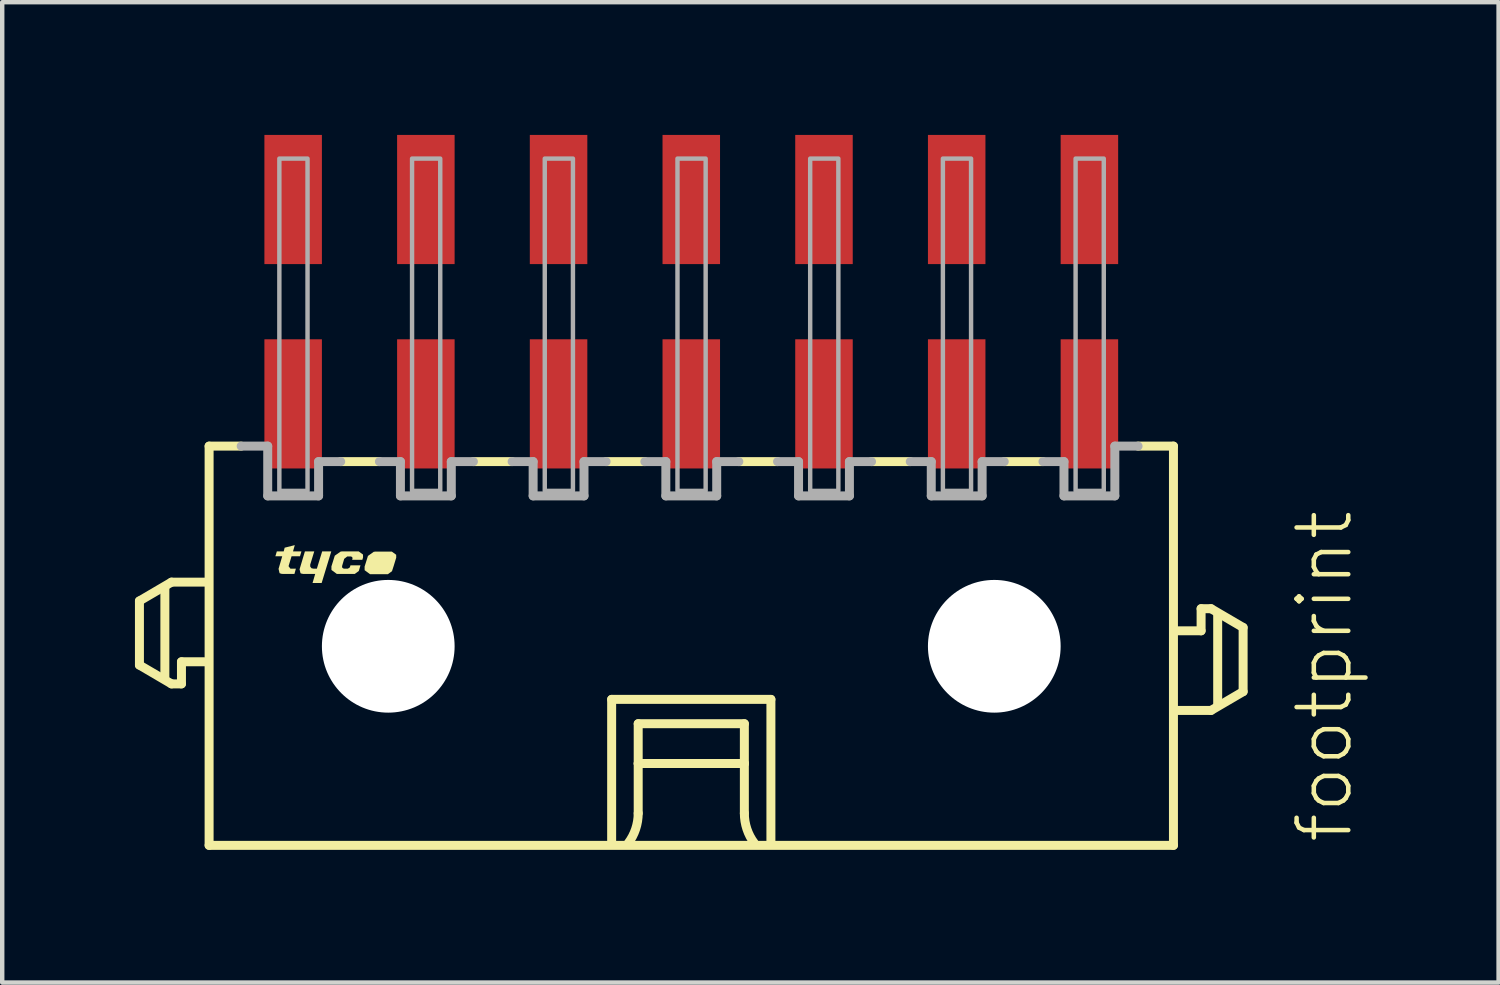
<source format=kicad_pcb>
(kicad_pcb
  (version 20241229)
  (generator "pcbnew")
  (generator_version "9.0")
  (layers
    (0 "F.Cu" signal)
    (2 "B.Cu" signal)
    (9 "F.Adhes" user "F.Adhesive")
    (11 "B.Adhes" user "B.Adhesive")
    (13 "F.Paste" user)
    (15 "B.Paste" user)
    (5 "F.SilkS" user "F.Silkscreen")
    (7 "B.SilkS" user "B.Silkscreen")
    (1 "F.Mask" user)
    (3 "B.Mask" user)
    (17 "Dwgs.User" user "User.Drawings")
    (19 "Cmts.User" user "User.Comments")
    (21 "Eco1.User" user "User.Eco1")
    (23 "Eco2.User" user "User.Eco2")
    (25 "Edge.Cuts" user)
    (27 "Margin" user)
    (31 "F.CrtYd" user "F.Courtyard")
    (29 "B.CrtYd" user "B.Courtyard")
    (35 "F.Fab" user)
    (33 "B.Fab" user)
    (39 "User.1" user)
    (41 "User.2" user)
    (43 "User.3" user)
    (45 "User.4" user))
  (footprint "footprint"
    (layer "F.Cu")
    (at 12.577 11.56)
    (property "Reference" "footprint" (at 15 4.5 90) (layer "F.SilkS") (effects (font (size 1.168 1.168) (thickness 0.102)) (justify left bottom)))
    (fp_line (start -12.475 -1.025) (end -12.475 0.425) (stroke (width 0.203) (type solid)) (layer "F.SilkS"))
    (fp_line (start -12.475 0.425) (end -11.75 0.85) (stroke (width 0.203) (type solid)) (layer "F.SilkS"))
    (fp_line (start -11.9 0.7) (end -11.9 -1.3) (stroke (width 0.203) (type solid)) (layer "F.SilkS"))
    (fp_line (start -11.75 -1.45) (end -12.475 -1.025) (stroke (width 0.203) (type solid)) (layer "F.SilkS"))
    (fp_line (start -11.75 0.85) (end -11.525 0.85) (stroke (width 0.203) (type solid)) (layer "F.SilkS"))
    (fp_line (start -11.525 0.35) (end -11 0.35) (stroke (width 0.203) (type solid)) (layer "F.SilkS"))
    (fp_line (start -11.525 0.85) (end -11.525 0.35) (stroke (width 0.203) (type solid)) (layer "F.SilkS"))
    (fp_line (start -11 -1.45) (end -11.75 -1.45) (stroke (width 0.203) (type solid)) (layer "F.SilkS"))
    (fp_line (start -10.9 -4.525) (end -10.9 4.5) (stroke (width 0.203) (type solid)) (layer "F.SilkS"))
    (fp_line (start -10.9 -4.525) (end -10.175 -4.525) (stroke (width 0.203) (type solid)) (layer "F.SilkS"))
    (fp_line (start -10.9 4.5) (end 10.9 4.5) (stroke (width 0.203) (type solid)) (layer "F.SilkS"))
    (fp_line (start -7.05 -4.175) (end -7.925 -4.175) (stroke (width 0.203) (type solid)) (layer "F.SilkS"))
    (fp_line (start -4.05 -4.175) (end -4.925 -4.175) (stroke (width 0.203) (type solid)) (layer "F.SilkS"))
    (fp_line (start -1.8 1.2) (end 1.8 1.2) (stroke (width 0.203) (type solid)) (layer "F.SilkS"))
    (fp_line (start -1.8 4.4) (end -1.8 1.2) (stroke (width 0.203) (type solid)) (layer "F.SilkS"))
    (fp_line (start -1.2 1.75) (end -1.2 2.65) (stroke (width 0.203) (type solid)) (layer "F.SilkS"))
    (fp_line (start -1.2 2.65) (end -1.2 3.775) (stroke (width 0.203) (type solid)) (layer "F.SilkS"))
    (fp_line (start -1.2 2.65) (end 1.2 2.65) (stroke (width 0.203) (type solid)) (layer "F.SilkS"))
    (fp_line (start -1.05 -4.175) (end -1.925 -4.175) (stroke (width 0.203) (type solid)) (layer "F.SilkS"))
    (fp_line (start 1.2 1.75) (end -1.2 1.75) (stroke (width 0.203) (type solid)) (layer "F.SilkS"))
    (fp_line (start 1.2 2.65) (end 1.2 1.75) (stroke (width 0.203) (type solid)) (layer "F.SilkS"))
    (fp_line (start 1.2 2.65) (end 1.2 3.775) (stroke (width 0.203) (type solid)) (layer "F.SilkS"))
    (fp_line (start 1.8 1.2) (end 1.8 4.4) (stroke (width 0.203) (type solid)) (layer "F.SilkS"))
    (fp_line (start 1.95 -4.175) (end 1.075 -4.175) (stroke (width 0.203) (type solid)) (layer "F.SilkS"))
    (fp_line (start 4.95 -4.175) (end 4.075 -4.175) (stroke (width 0.203) (type solid)) (layer "F.SilkS"))
    (fp_line (start 7.95 -4.175) (end 7.075 -4.175) (stroke (width 0.203) (type solid)) (layer "F.SilkS"))
    (fp_line (start 10.9 -4.525) (end 10.1 -4.525) (stroke (width 0.203) (type solid)) (layer "F.SilkS"))
    (fp_line (start 10.9 4.5) (end 10.9 -4.525) (stroke (width 0.203) (type solid)) (layer "F.SilkS"))
    (fp_line (start 11 1.45) (end 11.75 1.45) (stroke (width 0.203) (type solid)) (layer "F.SilkS"))
    (fp_line (start 11.525 -0.85) (end 11.525 -0.35) (stroke (width 0.203) (type solid)) (layer "F.SilkS"))
    (fp_line (start 11.525 -0.35) (end 11 -0.35) (stroke (width 0.203) (type solid)) (layer "F.SilkS"))
    (fp_line (start 11.75 -0.85) (end 11.525 -0.85) (stroke (width 0.203) (type solid)) (layer "F.SilkS"))
    (fp_line (start 11.75 1.45) (end 12.475 1.025) (stroke (width 0.203) (type solid)) (layer "F.SilkS"))
    (fp_line (start 11.9 1.3) (end 11.9 -0.7) (stroke (width 0.203) (type solid)) (layer "F.SilkS"))
    (fp_line (start 12.475 -0.425) (end 11.75 -0.85) (stroke (width 0.203) (type solid)) (layer "F.SilkS"))
    (fp_line (start 12.475 1.025) (end 12.475 -0.425) (stroke (width 0.203) (type solid)) (layer "F.SilkS"))
    (fp_arc (start -1.2 3.775) (mid -1.257731 4.130756) (end -1.425 4.449999) (stroke (width 0.2032) (type solid)) (layer "F.SilkS"))
    (fp_arc (start 1.425 4.449999) (mid 1.257732 4.130756) (end 1.2 3.775) (stroke (width 0.2032) (type solid)) (layer "F.SilkS"))
    (fp_poly (pts (xy -8.615 -1.844) (xy -8.613 -1.799) (xy -8.585 -1.764) (xy -8.539 -1.755) (xy -8.464 -1.755) (xy -8.344 -2.145) (xy -8.138 -2.145) (xy -8.356 -1.43) (xy -8.562 -1.43) (xy -8.502 -1.635) (xy -8.78 -1.635) (xy -8.78 -1.645) (xy -8.785 -1.645) (xy -8.785 -1.64) (xy -8.787 -1.635) (xy -8.833 -1.651) (xy -8.855 -1.74) (xy -8.734 -2.145) (xy -8.523 -2.145)) (stroke (width 0) (type solid)) (fill yes) (layer "F.SilkS"))
    (fp_poly (pts (xy -9.003 -2.145) (xy -8.813 -2.145) (xy -8.846 -2.035) (xy -9.036 -2.035) (xy -9.104 -1.811) (xy -9.062 -1.755) (xy -8.938 -1.755) (xy -8.971 -1.635) (xy -9.25 -1.635) (xy -9.25 -1.645) (xy -9.255 -1.645) (xy -9.255 -1.64) (xy -9.257 -1.635) (xy -9.307 -1.653) (xy -9.33 -1.75) (xy -9.247 -2.035) (xy -9.402 -2.035) (xy -9.369 -2.145) (xy -9.214 -2.145) (xy -9.192 -2.229) (xy -8.963 -2.287)) (stroke (width 0) (type solid)) (fill yes) (layer "F.SilkS"))
    (fp_poly (pts (xy -6.671 -2.069) (xy -6.67 -2.005) (xy -6.67 -2.004) (xy -6.723 -1.83) (xy -6.723 -1.83) (xy -6.725 -1.823) (xy -6.726 -1.82) (xy -6.726 -1.82) (xy -6.766 -1.697) (xy -6.858 -1.63) (xy -7.262 -1.63) (xy -7.384 -1.72) (xy -7.385 -1.8) (xy -7.385 -1.801) (xy -7.309 -2.043) (xy -7.173 -2.139) (xy -7.17 -2.135) (xy -7.17 -2.13) (xy -7.165 -2.13) (xy -7.165 -2.14) (xy -6.768 -2.14)) (stroke (width 0) (type solid)) (fill yes) (layer "F.SilkS"))
    (fp_poly (pts (xy -7.421 -2.074) (xy -7.42 -2.01) (xy -7.42 -2.009) (xy -7.436 -1.955) (xy -7.667 -1.955) (xy -7.66 -1.976) (xy -7.658 -2.001) (xy -7.672 -2.022) (xy -7.696 -2.03) (xy -7.778 -2.03) (xy -7.846 -1.977) (xy -7.895 -1.81) (xy -7.888 -1.772) (xy -7.854 -1.755) (xy -7.762 -1.755) (xy -7.719 -1.783) (xy -7.704 -1.83) (xy -7.478 -1.83) (xy -7.516 -1.702) (xy -7.608 -1.635) (xy -8.012 -1.635) (xy -8.134 -1.725) (xy -8.135 -1.805) (xy -8.135 -1.806) (xy -8.059 -2.048) (xy -7.923 -2.144) (xy -7.92 -2.14) (xy -7.92 -2.135) (xy -7.915 -2.135) (xy -7.915 -2.145) (xy -7.518 -2.145)) (stroke (width 0) (type solid)) (fill yes) (layer "F.SilkS"))
    (fp_line (start -9.575 -4.525) (end -10.175 -4.525) (stroke (width 0.203) (type solid)) (layer "F.Fab"))
    (fp_line (start -9.575 -3.4) (end -9.575 -4.525) (stroke (width 0.203) (type solid)) (layer "F.Fab"))
    (fp_line (start -8.425 -4.175) (end -8.425 -3.4) (stroke (width 0.203) (type solid)) (layer "F.Fab"))
    (fp_line (start -8.425 -3.4) (end -9.575 -3.4) (stroke (width 0.203) (type solid)) (layer "F.Fab"))
    (fp_line (start -7.925 -4.175) (end -8.425 -4.175) (stroke (width 0.203) (type solid)) (layer "F.Fab"))
    (fp_line (start -6.575 -4.175) (end -7.05 -4.175) (stroke (width 0.203) (type solid)) (layer "F.Fab"))
    (fp_line (start -6.575 -3.4) (end -6.575 -4.175) (stroke (width 0.203) (type solid)) (layer "F.Fab"))
    (fp_line (start -5.425 -4.175) (end -5.425 -3.4) (stroke (width 0.203) (type solid)) (layer "F.Fab"))
    (fp_line (start -5.425 -3.4) (end -6.575 -3.4) (stroke (width 0.203) (type solid)) (layer "F.Fab"))
    (fp_line (start -4.925 -4.175) (end -5.425 -4.175) (stroke (width 0.203) (type solid)) (layer "F.Fab"))
    (fp_line (start -3.575 -4.175) (end -4.05 -4.175) (stroke (width 0.203) (type solid)) (layer "F.Fab"))
    (fp_line (start -3.575 -3.4) (end -3.575 -4.175) (stroke (width 0.203) (type solid)) (layer "F.Fab"))
    (fp_line (start -2.425 -4.175) (end -2.425 -3.4) (stroke (width 0.203) (type solid)) (layer "F.Fab"))
    (fp_line (start -2.425 -3.4) (end -3.575 -3.4) (stroke (width 0.203) (type solid)) (layer "F.Fab"))
    (fp_line (start -1.925 -4.175) (end -2.425 -4.175) (stroke (width 0.203) (type solid)) (layer "F.Fab"))
    (fp_line (start -0.575 -4.175) (end -1.05 -4.175) (stroke (width 0.203) (type solid)) (layer "F.Fab"))
    (fp_line (start -0.575 -3.4) (end -0.575 -4.175) (stroke (width 0.203) (type solid)) (layer "F.Fab"))
    (fp_line (start 0.575 -4.175) (end 0.575 -3.4) (stroke (width 0.203) (type solid)) (layer "F.Fab"))
    (fp_line (start 0.575 -3.4) (end -0.575 -3.4) (stroke (width 0.203) (type solid)) (layer "F.Fab"))
    (fp_line (start 1.075 -4.175) (end 0.575 -4.175) (stroke (width 0.203) (type solid)) (layer "F.Fab"))
    (fp_line (start 2.425 -4.175) (end 1.95 -4.175) (stroke (width 0.203) (type solid)) (layer "F.Fab"))
    (fp_line (start 2.425 -3.4) (end 2.425 -4.175) (stroke (width 0.203) (type solid)) (layer "F.Fab"))
    (fp_line (start 3.575 -4.175) (end 3.575 -3.4) (stroke (width 0.203) (type solid)) (layer "F.Fab"))
    (fp_line (start 3.575 -3.4) (end 2.425 -3.4) (stroke (width 0.203) (type solid)) (layer "F.Fab"))
    (fp_line (start 4.075 -4.175) (end 3.575 -4.175) (stroke (width 0.203) (type solid)) (layer "F.Fab"))
    (fp_line (start 5.425 -4.175) (end 4.95 -4.175) (stroke (width 0.203) (type solid)) (layer "F.Fab"))
    (fp_line (start 5.425 -3.4) (end 5.425 -4.175) (stroke (width 0.203) (type solid)) (layer "F.Fab"))
    (fp_line (start 6.575 -4.175) (end 6.575 -3.4) (stroke (width 0.203) (type solid)) (layer "F.Fab"))
    (fp_line (start 6.575 -3.4) (end 5.425 -3.4) (stroke (width 0.203) (type solid)) (layer "F.Fab"))
    (fp_line (start 7.075 -4.175) (end 6.575 -4.175) (stroke (width 0.203) (type solid)) (layer "F.Fab"))
    (fp_line (start 8.425 -4.175) (end 7.95 -4.175) (stroke (width 0.203) (type solid)) (layer "F.Fab"))
    (fp_line (start 8.425 -3.4) (end 8.425 -4.175) (stroke (width 0.203) (type solid)) (layer "F.Fab"))
    (fp_line (start 9.575 -4.525) (end 9.575 -3.4) (stroke (width 0.203) (type solid)) (layer "F.Fab"))
    (fp_line (start 9.575 -3.4) (end 8.425 -3.4) (stroke (width 0.203) (type solid)) (layer "F.Fab"))
    (fp_line (start 10.1 -4.525) (end 9.575 -4.525) (stroke (width 0.203) (type solid)) (layer "F.Fab"))
    (fp_poly (pts (xy -9.312 -3.513) (xy -8.675 -3.513) (xy -8.675 -11.025) (xy -9.312 -11.025)) (stroke (width 0.1) (type solid)) (fill no) (layer "F.Fab"))
    (fp_poly (pts (xy -6.312 -3.513) (xy -5.675 -3.513) (xy -5.675 -11.025) (xy -6.312 -11.025)) (stroke (width 0.1) (type solid)) (fill no) (layer "F.Fab"))
    (fp_poly (pts (xy -3.312 -3.513) (xy -2.675 -3.513) (xy -2.675 -11.025) (xy -3.312 -11.025)) (stroke (width 0.1) (type solid)) (fill no) (layer "F.Fab"))
    (fp_poly (pts (xy -0.312 -3.513) (xy 0.325 -3.513) (xy 0.325 -11.025) (xy -0.312 -11.025)) (stroke (width 0.1) (type solid)) (fill no) (layer "F.Fab"))
    (fp_poly (pts (xy 2.688 -3.513) (xy 3.325 -3.513) (xy 3.325 -11.025) (xy 2.688 -11.025)) (stroke (width 0.1) (type solid)) (fill no) (layer "F.Fab"))
    (fp_poly (pts (xy 5.688 -3.513) (xy 6.325 -3.513) (xy 6.325 -11.025) (xy 5.688 -11.025)) (stroke (width 0.1) (type solid)) (fill no) (layer "F.Fab"))
    (fp_poly (pts (xy 8.688 -3.513) (xy 9.325 -3.513) (xy 9.325 -11.025) (xy 8.688 -11.025)) (stroke (width 0.1) (type solid)) (fill no) (layer "F.Fab"))
    (pad "" np_thru_hole circle (at -6.85 0) (size 3 3) (drill 3) (layers "*.Cu" "*.Mask"))
    (pad "" np_thru_hole circle (at 6.85 0) (size 3 3) (drill 3) (layers "*.Cu" "*.Mask"))
    (pad "1" smd rect (at 9 -10.1) (size 1.3 2.92) (layers "F.Cu" "F.Mask" "F.Paste"))
    (pad "2" smd rect (at 9 -5.48) (size 1.3 2.92) (layers "F.Cu" "F.Mask" "F.Paste"))
    (pad "3" smd rect (at 6 -10.1) (size 1.3 2.92) (layers "F.Cu" "F.Mask" "F.Paste"))
    (pad "4" smd rect (at 6 -5.48) (size 1.3 2.92) (layers "F.Cu" "F.Mask" "F.Paste"))
    (pad "5" smd rect (at 3 -10.1) (size 1.3 2.92) (layers "F.Cu" "F.Mask" "F.Paste"))
    (pad "6" smd rect (at 3 -5.48) (size 1.3 2.92) (layers "F.Cu" "F.Mask" "F.Paste"))
    (pad "7" smd rect (at 0 -10.1) (size 1.3 2.92) (layers "F.Cu" "F.Mask" "F.Paste"))
    (pad "8" smd rect (at 0 -5.48) (size 1.3 2.92) (layers "F.Cu" "F.Mask" "F.Paste"))
    (pad "9" smd rect (at -3 -10.1) (size 1.3 2.92) (layers "F.Cu" "F.Mask" "F.Paste"))
    (pad "10" smd rect (at -3 -5.48) (size 1.3 2.92) (layers "F.Cu" "F.Mask" "F.Paste"))
    (pad "11" smd rect (at -6 -10.1) (size 1.3 2.92) (layers "F.Cu" "F.Mask" "F.Paste"))
    (pad "12" smd rect (at -6 -5.48) (size 1.3 2.92) (layers "F.Cu" "F.Mask" "F.Paste"))
    (pad "13" smd rect (at -9 -10.1) (size 1.3 2.92) (layers "F.Cu" "F.Mask" "F.Paste"))
    (pad "14" smd rect (at -9 -5.48) (size 1.3 2.92) (layers "F.Cu" "F.Mask" "F.Paste")))
  (gr_rect
    (start -3 -3)
    (end 30.827 19.162)
    (stroke (width 0.1) (type default))
    (fill no)
    (layer "Edge.Cuts")))
</source>
